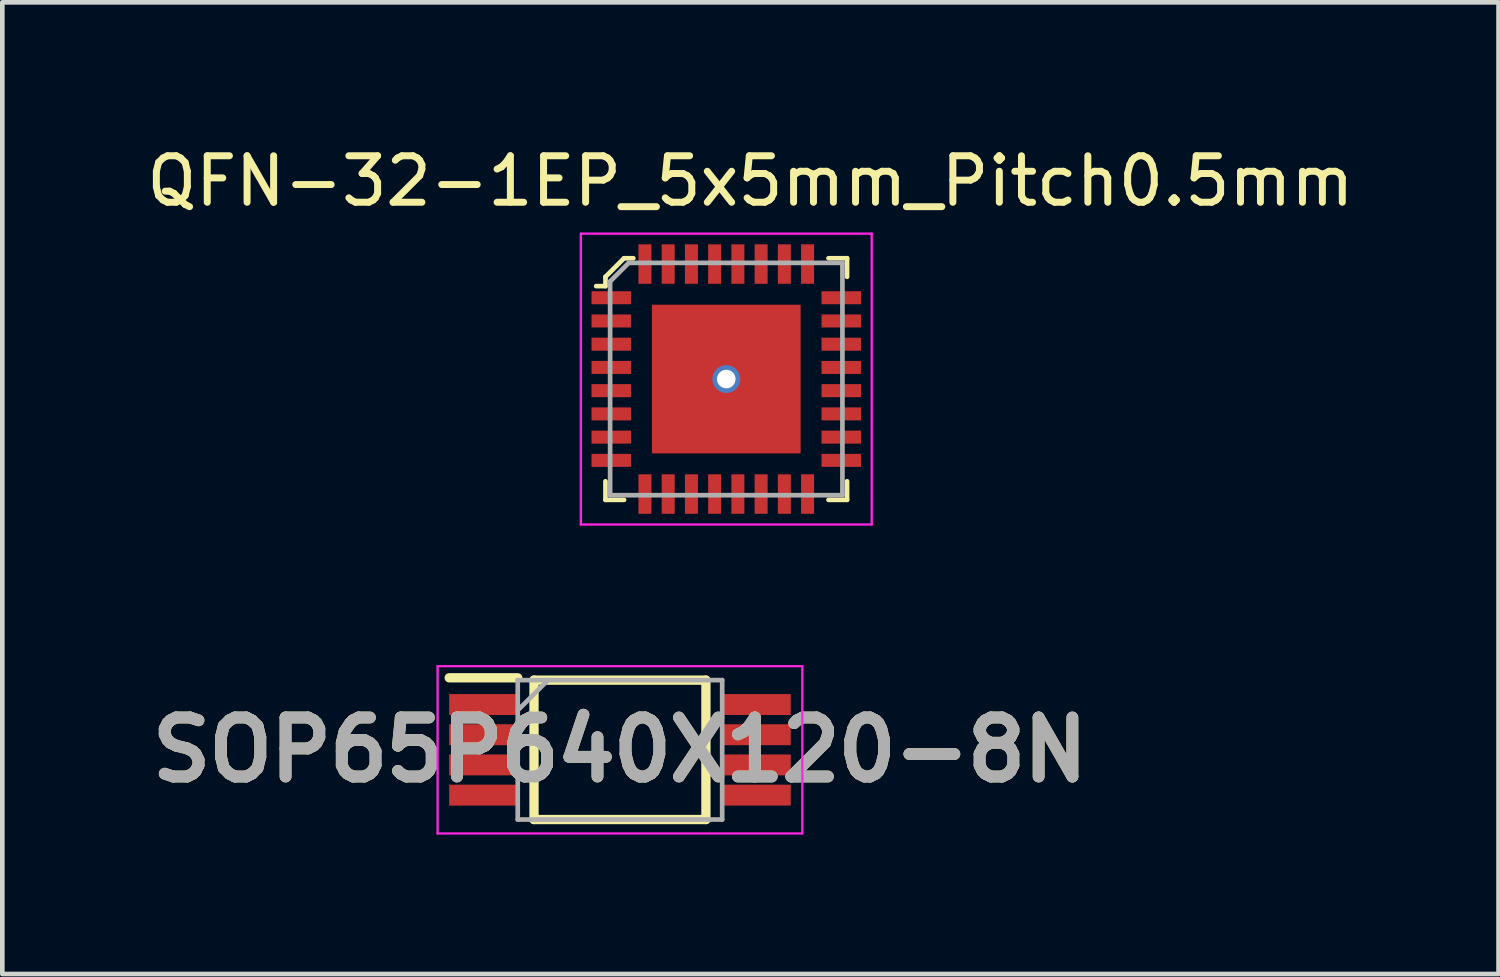
<source format=kicad_pcb>
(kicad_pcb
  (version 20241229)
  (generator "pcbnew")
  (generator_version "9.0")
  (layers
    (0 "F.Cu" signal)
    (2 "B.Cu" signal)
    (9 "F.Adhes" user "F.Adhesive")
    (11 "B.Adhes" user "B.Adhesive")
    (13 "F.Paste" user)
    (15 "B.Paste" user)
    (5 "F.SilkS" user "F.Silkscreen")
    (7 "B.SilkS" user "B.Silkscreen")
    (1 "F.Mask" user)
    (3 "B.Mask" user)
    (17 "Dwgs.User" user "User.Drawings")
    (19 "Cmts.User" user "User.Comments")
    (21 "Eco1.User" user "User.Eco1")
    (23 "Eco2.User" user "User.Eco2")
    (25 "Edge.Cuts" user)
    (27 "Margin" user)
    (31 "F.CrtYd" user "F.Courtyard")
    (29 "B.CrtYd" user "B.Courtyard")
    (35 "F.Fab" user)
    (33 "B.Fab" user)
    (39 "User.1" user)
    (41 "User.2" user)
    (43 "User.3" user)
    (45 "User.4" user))
  (footprint "SOP65P640X120-8N"
    (layer "F.Cu")
    (at 10.293 13.088)
    (property "Reference" "SOP65P640X120-8N" (at 0 0 0) (layer "F.SilkS") (effects (font (size 1.27 1.27) (thickness 0.254))))
    (attr smd)
    (fp_line (start -3.675 -1.55) (end -2.2 -1.55) (stroke (width 0.2) (type solid)) (layer "F.SilkS"))
    (fp_line (start -1.85 -1.5) (end 1.85 -1.5) (stroke (width 0.2) (type solid)) (layer "F.SilkS"))
    (fp_line (start -1.85 1.5) (end -1.85 -1.5) (stroke (width 0.2) (type solid)) (layer "F.SilkS"))
    (fp_line (start 1.85 -1.5) (end 1.85 1.5) (stroke (width 0.2) (type solid)) (layer "F.SilkS"))
    (fp_line (start 1.85 1.5) (end -1.85 1.5) (stroke (width 0.2) (type solid)) (layer "F.SilkS"))
    (fp_line (start -3.925 -1.8) (end 3.925 -1.8) (stroke (width 0.05) (type solid)) (layer "F.CrtYd"))
    (fp_line (start -3.925 1.8) (end -3.925 -1.8) (stroke (width 0.05) (type solid)) (layer "F.CrtYd"))
    (fp_line (start 3.925 -1.8) (end 3.925 1.8) (stroke (width 0.05) (type solid)) (layer "F.CrtYd"))
    (fp_line (start 3.925 1.8) (end -3.925 1.8) (stroke (width 0.05) (type solid)) (layer "F.CrtYd"))
    (fp_line (start -2.2 -1.5) (end 2.2 -1.5) (stroke (width 0.1) (type solid)) (layer "F.Fab"))
    (fp_line (start -2.2 -0.85) (end -1.55 -1.5) (stroke (width 0.1) (type solid)) (layer "F.Fab"))
    (fp_line (start -2.2 1.5) (end -2.2 -1.5) (stroke (width 0.1) (type solid)) (layer "F.Fab"))
    (fp_line (start 2.2 -1.5) (end 2.2 1.5) (stroke (width 0.1) (type solid)) (layer "F.Fab"))
    (fp_line (start 2.2 1.5) (end -2.2 1.5) (stroke (width 0.1) (type solid)) (layer "F.Fab"))
    (fp_text user "${REFERENCE}" (at 0 0 0) (layer "F.Fab") (effects (font (size 1.27 1.27) (thickness 0.254))))
    (pad "1" smd rect (at -2.938 -0.975 90) (size 0.45 1.475) (layers "F.Cu" "F.Mask" "F.Paste"))
    (pad "2" smd rect (at -2.938 -0.325 90) (size 0.45 1.475) (layers "F.Cu" "F.Mask" "F.Paste"))
    (pad "3" smd rect (at -2.938 0.325 90) (size 0.45 1.475) (layers "F.Cu" "F.Mask" "F.Paste"))
    (pad "4" smd rect (at -2.938 0.975 90) (size 0.45 1.475) (layers "F.Cu" "F.Mask" "F.Paste"))
    (pad "5" smd rect (at 2.938 0.975 90) (size 0.45 1.475) (layers "F.Cu" "F.Mask" "F.Paste"))
    (pad "6" smd rect (at 2.938 0.325 90) (size 0.45 1.475) (layers "F.Cu" "F.Mask" "F.Paste"))
    (pad "7" smd rect (at 2.938 -0.325 90) (size 0.45 1.475) (layers "F.Cu" "F.Mask" "F.Paste"))
    (pad "8" smd rect (at 2.938 -0.975 90) (size 0.45 1.475) (layers "F.Cu" "F.Mask" "F.Paste")))
  (footprint "QFN-32-1EP_5x5mm_Pitch0.5mm"
    (layer "F.Cu")
    (at 13.101 5.558)
    (property "Reference" "QFN-32-1EP_5x5mm_Pitch0.5mm" (at 0 -4.71 0) (layer "F.SilkS") (effects (font (size 1 1) (thickness 0.15))))
    (attr through_hole)
    (fp_line (start -3.12 -2.65) (end -3.12 -2.45) (stroke (width 0.1) (type solid)) (layer "F.SilkS"))
    (fp_line (start -3.12 -2.45) (end -3.32 -2.45) (stroke (width 0.1) (type solid)) (layer "F.SilkS"))
    (fp_line (start -3.12 2.15) (end -3.12 1.75) (stroke (width 0.1) (type solid)) (layer "F.SilkS"))
    (fp_line (start -2.72 -3.05) (end -3.12 -2.65) (stroke (width 0.1) (type solid)) (layer "F.SilkS"))
    (fp_line (start -2.72 2.15) (end -3.12 2.15) (stroke (width 0.1) (type solid)) (layer "F.SilkS"))
    (fp_line (start -2.52 -3.05) (end -2.72 -3.05) (stroke (width 0.1) (type solid)) (layer "F.SilkS"))
    (fp_line (start 2.08 -3.05) (end 1.68 -3.05) (stroke (width 0.1) (type solid)) (layer "F.SilkS"))
    (fp_line (start 2.08 -3.05) (end 2.08 -2.65) (stroke (width 0.1) (type solid)) (layer "F.SilkS"))
    (fp_line (start 2.08 1.75) (end 2.08 2.15) (stroke (width 0.1) (type solid)) (layer "F.SilkS"))
    (fp_line (start 2.08 2.15) (end 1.68 2.15) (stroke (width 0.1) (type solid)) (layer "F.SilkS"))
    (fp_line (start -3.65 2.68) (end -3.65 -3.58) (stroke (width 0.05) (type solid)) (layer "F.CrtYd"))
    (fp_line (start 2.61 -3.58) (end -3.65 -3.58) (stroke (width 0.05) (type solid)) (layer "F.CrtYd"))
    (fp_line (start 2.61 -3.58) (end 2.61 2.68) (stroke (width 0.05) (type solid)) (layer "F.CrtYd"))
    (fp_line (start 2.61 2.68) (end -3.65 2.68) (stroke (width 0.05) (type solid)) (layer "F.CrtYd"))
    (fp_line (start -3.02 -2.55) (end -3.02 2.05) (stroke (width 0.1) (type solid)) (layer "F.Fab"))
    (fp_line (start -2.62 -2.95) (end -3.02 -2.55) (stroke (width 0.1) (type solid)) (layer "F.Fab"))
    (fp_line (start -2.62 -2.95) (end 1.98 -2.95) (stroke (width 0.1) (type solid)) (layer "F.Fab"))
    (fp_line (start 1.98 -2.95) (end 1.98 2.05) (stroke (width 0.1) (type solid)) (layer "F.Fab"))
    (fp_line (start 1.98 2.05) (end -3.02 2.05) (stroke (width 0.1) (type solid)) (layer "F.Fab"))
    (pad "1" smd rect (at -2.995 -2.2 270) (size 0.28 0.85) (layers "F.Cu" "F.Mask" "F.Paste"))
    (pad "2" smd rect (at -2.995 -1.7 270) (size 0.28 0.85) (layers "F.Cu" "F.Mask" "F.Paste"))
    (pad "3" smd rect (at -2.995 -1.2 270) (size 0.28 0.85) (layers "F.Cu" "F.Mask" "F.Paste"))
    (pad "4" smd rect (at -2.995 -0.7 270) (size 0.28 0.85) (layers "F.Cu" "F.Mask" "F.Paste"))
    (pad "5" smd rect (at -2.995 -0.2 270) (size 0.28 0.85) (layers "F.Cu" "F.Mask" "F.Paste"))
    (pad "6" smd rect (at -2.995 0.3 270) (size 0.28 0.85) (layers "F.Cu" "F.Mask" "F.Paste"))
    (pad "7" smd rect (at -2.995 0.8 270) (size 0.28 0.85) (layers "F.Cu" "F.Mask" "F.Paste"))
    (pad "8" smd rect (at -2.995 1.3 270) (size 0.28 0.85) (layers "F.Cu" "F.Mask" "F.Paste"))
    (pad "9" smd rect (at -2.27 2.025 270) (size 0.85 0.28) (layers "F.Cu" "F.Mask" "F.Paste"))
    (pad "10" smd rect (at -1.77 2.025 270) (size 0.85 0.28) (layers "F.Cu" "F.Mask" "F.Paste"))
    (pad "11" smd rect (at -1.27 2.025 270) (size 0.85 0.28) (layers "F.Cu" "F.Mask" "F.Paste"))
    (pad "12" smd rect (at -0.77 2.025 270) (size 0.85 0.28) (layers "F.Cu" "F.Mask" "F.Paste"))
    (pad "13" smd rect (at -0.27 2.025 270) (size 0.85 0.28) (layers "F.Cu" "F.Mask" "F.Paste"))
    (pad "14" smd rect (at 0.23 2.025 270) (size 0.85 0.28) (layers "F.Cu" "F.Mask" "F.Paste"))
    (pad "15" smd rect (at 0.73 2.025 270) (size 0.85 0.28) (layers "F.Cu" "F.Mask" "F.Paste"))
    (pad "16" smd rect (at 1.23 2.025 270) (size 0.85 0.28) (layers "F.Cu" "F.Mask" "F.Paste"))
    (pad "17" smd rect (at 1.955 1.3 270) (size 0.28 0.85) (layers "F.Cu" "F.Mask" "F.Paste"))
    (pad "18" smd rect (at 1.955 0.8 270) (size 0.28 0.85) (layers "F.Cu" "F.Mask" "F.Paste"))
    (pad "19" smd rect (at 1.955 0.3 270) (size 0.28 0.85) (layers "F.Cu" "F.Mask" "F.Paste"))
    (pad "20" smd rect (at 1.955 -0.2 270) (size 0.28 0.85) (layers "F.Cu" "F.Mask" "F.Paste"))
    (pad "21" smd rect (at 1.955 -0.7 270) (size 0.28 0.85) (layers "F.Cu" "F.Mask" "F.Paste"))
    (pad "22" smd rect (at 1.955 -1.2 270) (size 0.28 0.85) (layers "F.Cu" "F.Mask" "F.Paste"))
    (pad "23" smd rect (at 1.955 -1.7 270) (size 0.28 0.85) (layers "F.Cu" "F.Mask" "F.Paste"))
    (pad "24" smd rect (at 1.955 -2.2 270) (size 0.28 0.85) (layers "F.Cu" "F.Mask" "F.Paste"))
    (pad "25" smd rect (at 1.23 -2.925 270) (size 0.85 0.28) (layers "F.Cu" "F.Mask" "F.Paste"))
    (pad "26" smd rect (at 0.73 -2.925 270) (size 0.85 0.28) (layers "F.Cu" "F.Mask" "F.Paste"))
    (pad "27" smd rect (at 0.23 -2.925 270) (size 0.85 0.28) (layers "F.Cu" "F.Mask" "F.Paste"))
    (pad "28" smd rect (at -0.27 -2.925 270) (size 0.85 0.28) (layers "F.Cu" "F.Mask" "F.Paste"))
    (pad "29" smd rect (at -0.77 -2.925 270) (size 0.85 0.28) (layers "F.Cu" "F.Mask" "F.Paste"))
    (pad "30" smd rect (at -1.27 -2.925 270) (size 0.85 0.28) (layers "F.Cu" "F.Mask" "F.Paste"))
    (pad "31" smd rect (at -1.77 -2.925 270) (size 0.85 0.28) (layers "F.Cu" "F.Mask" "F.Paste"))
    (pad "32" smd rect (at -2.27 -2.925 270) (size 0.85 0.28) (layers "F.Cu" "F.Mask" "F.Paste"))
    (pad "33" thru_hole circle (at -0.52 -0.45 270) (size 0.6 0.6) (drill 0.4) (layers "*.Cu" "*.Mask"))
    (pad "33" smd rect (at -0.52 -0.45 270) (size 3.2 3.2) (layers "F.Cu" "F.Mask" "F.Paste")))
  (gr_rect
    (start -3 -3)
    (end 29.202 17.913)
    (stroke (width 0.1) (type default))
    (fill no)
    (layer "Edge.Cuts")))
</source>
